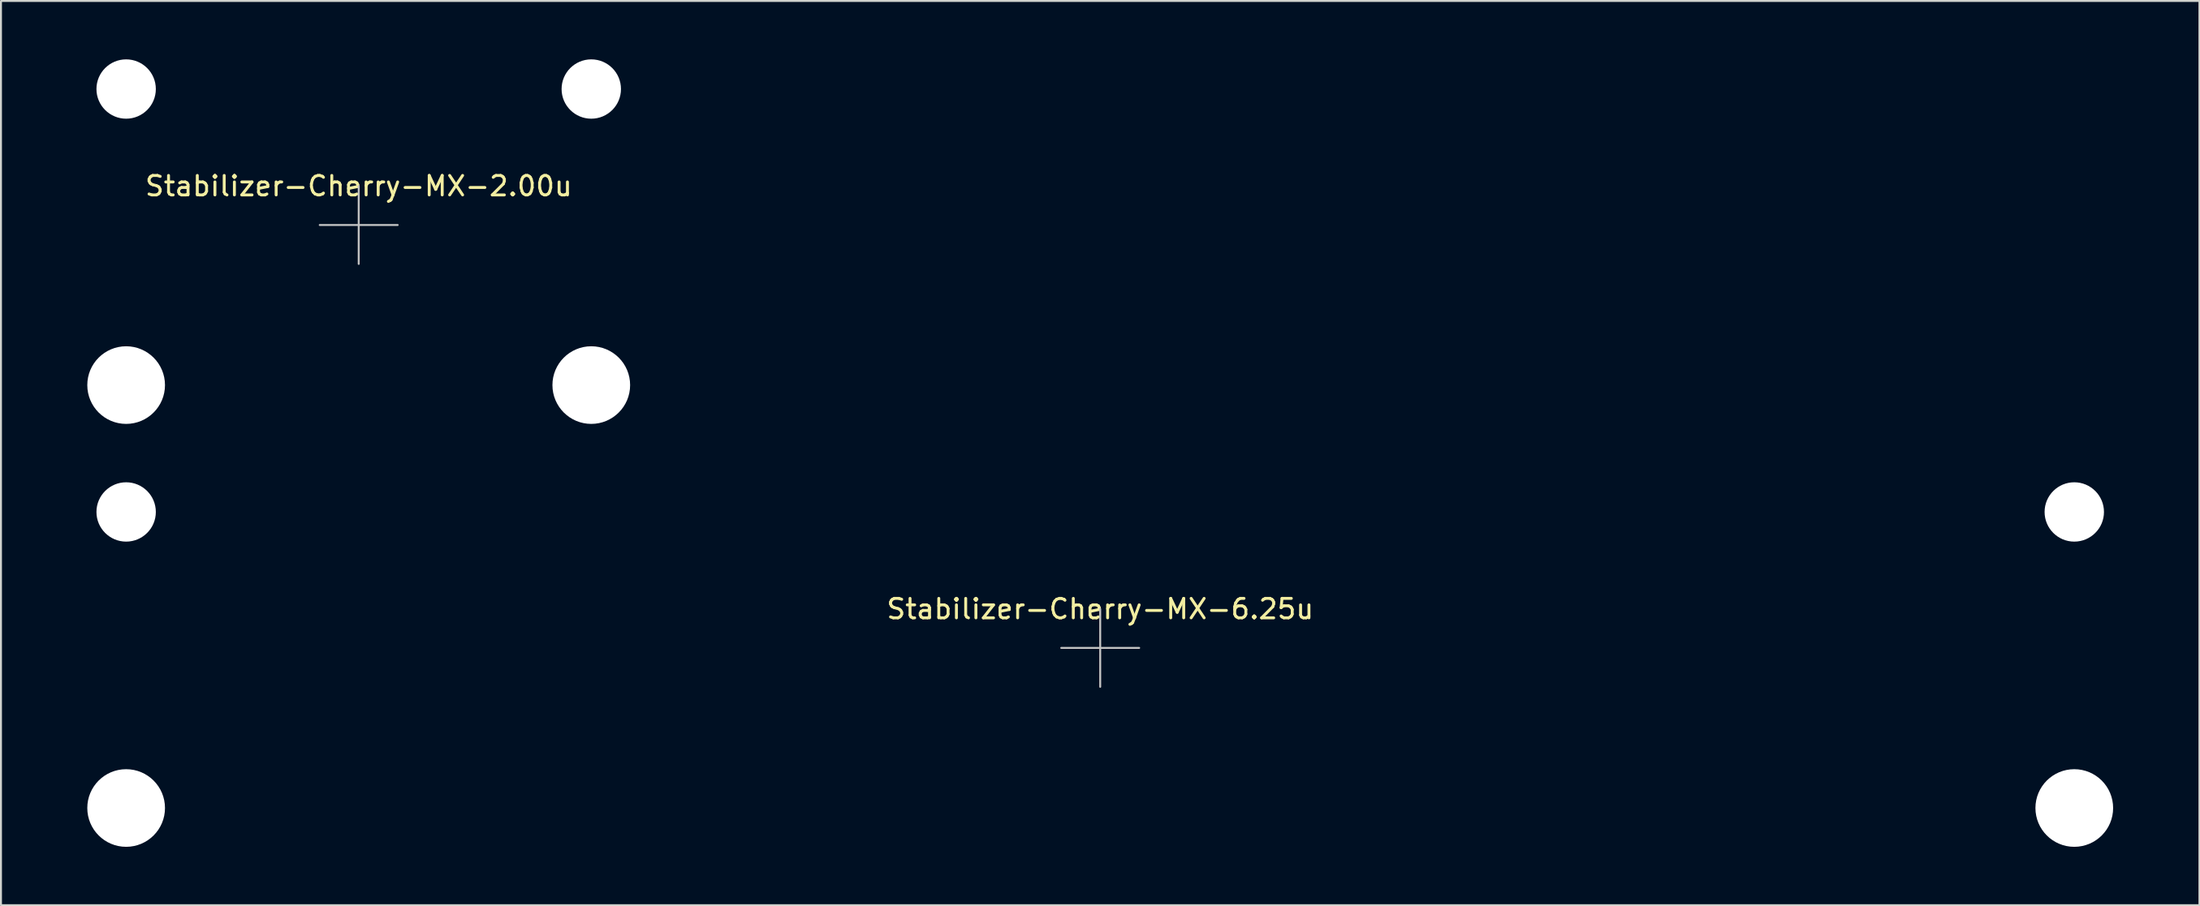
<source format=kicad_pcb>
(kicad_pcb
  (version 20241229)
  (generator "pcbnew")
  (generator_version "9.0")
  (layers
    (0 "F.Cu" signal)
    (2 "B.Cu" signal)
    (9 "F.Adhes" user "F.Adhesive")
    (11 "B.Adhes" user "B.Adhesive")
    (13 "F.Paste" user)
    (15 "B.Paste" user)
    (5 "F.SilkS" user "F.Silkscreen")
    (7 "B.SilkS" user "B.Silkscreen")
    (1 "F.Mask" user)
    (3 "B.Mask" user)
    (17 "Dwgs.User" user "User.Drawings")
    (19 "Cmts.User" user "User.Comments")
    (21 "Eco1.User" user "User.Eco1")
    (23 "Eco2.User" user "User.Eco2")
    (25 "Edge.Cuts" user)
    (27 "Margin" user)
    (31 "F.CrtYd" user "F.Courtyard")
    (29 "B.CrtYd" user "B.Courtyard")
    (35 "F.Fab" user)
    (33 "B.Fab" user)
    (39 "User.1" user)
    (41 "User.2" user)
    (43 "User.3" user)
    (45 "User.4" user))
  (footprint "Stabilizer-Cherry-MX-2.00u"
    (layer "F.Cu")
    (at 15.363 8.509)
    (property "Reference" "Stabilizer-Cherry-MX-2.00u" (at 0 -2 0) (layer "F.SilkS") (effects (font (size 1 1) (thickness 0.15))))
    (attr exclude_from_pos_files exclude_from_bom)
    (fp_line (start -2 0) (end 2 0) (stroke (width 0.1) (type solid)) (layer "Dwgs.User"))
    (fp_line (start 0 2) (end 0 -2) (stroke (width 0.1) (type solid)) (layer "Dwgs.User"))
    (fp_line (start -15.313 -5.53) (end -15.313 6.77) (stroke (width 0.1) (type solid)) (layer "Eco1.User"))
    (fp_line (start -15.313 6.77) (end -8.563 6.77) (stroke (width 0.1) (type solid)) (layer "Eco1.User"))
    (fp_line (start -8.563 -5.53) (end -15.313 -5.53) (stroke (width 0.1) (type solid)) (layer "Eco1.User"))
    (fp_line (start -8.563 6.77) (end -8.563 -5.53) (stroke (width 0.1) (type solid)) (layer "Eco1.User"))
    (fp_line (start 8.563 -5.53) (end 8.563 6.77) (stroke (width 0.1) (type solid)) (layer "Eco1.User"))
    (fp_line (start 8.563 6.77) (end 15.313 6.77) (stroke (width 0.1) (type solid)) (layer "Eco1.User"))
    (fp_line (start 15.313 -5.53) (end 8.563 -5.53) (stroke (width 0.1) (type solid)) (layer "Eco1.User"))
    (fp_line (start 15.313 6.77) (end 15.313 -5.53) (stroke (width 0.1) (type solid)) (layer "Eco1.User"))
    (pad "" np_thru_hole circle (at -11.938 -6.985) (size 3.048 3.048) (drill 3.048) (layers "*.Cu" "*.Mask"))
    (pad "" np_thru_hole circle (at -11.938 8.225) (size 3.988 3.988) (drill 3.988) (layers "*.Cu" "*.Mask"))
    (pad "" np_thru_hole circle (at 11.938 -6.985) (size 3.048 3.048) (drill 3.048) (layers "*.Cu" "*.Mask"))
    (pad "" np_thru_hole circle (at 11.938 8.225) (size 3.988 3.988) (drill 3.988) (layers "*.Cu" "*.Mask")))
  (footprint "Stabilizer-Cherry-MX-6.25u"
    (layer "F.Cu")
    (at 53.425 30.237)
    (property "Reference" "Stabilizer-Cherry-MX-6.25u" (at 0 -2 0) (layer "F.SilkS") (effects (font (size 1 1) (thickness 0.15))))
    (attr exclude_from_pos_files exclude_from_bom)
    (fp_line (start -2 0) (end 2 0) (stroke (width 0.1) (type solid)) (layer "Dwgs.User"))
    (fp_line (start 0 2) (end 0 -2) (stroke (width 0.1) (type solid)) (layer "Dwgs.User"))
    (fp_line (start -53.375 -5.53) (end -53.375 6.77) (stroke (width 0.1) (type solid)) (layer "Eco1.User"))
    (fp_line (start -53.375 6.77) (end -46.625 6.77) (stroke (width 0.1) (type solid)) (layer "Eco1.User"))
    (fp_line (start -46.625 -5.53) (end -53.375 -5.53) (stroke (width 0.1) (type solid)) (layer "Eco1.User"))
    (fp_line (start -46.625 6.77) (end -46.625 -5.53) (stroke (width 0.1) (type solid)) (layer "Eco1.User"))
    (fp_line (start 46.625 -5.53) (end 46.625 6.77) (stroke (width 0.1) (type solid)) (layer "Eco1.User"))
    (fp_line (start 46.625 6.77) (end 53.375 6.77) (stroke (width 0.1) (type solid)) (layer "Eco1.User"))
    (fp_line (start 53.375 -5.53) (end 46.625 -5.53) (stroke (width 0.1) (type solid)) (layer "Eco1.User"))
    (fp_line (start 53.375 6.77) (end 53.375 -5.53) (stroke (width 0.1) (type solid)) (layer "Eco1.User"))
    (pad "" np_thru_hole circle (at -50 -6.985) (size 3.048 3.048) (drill 3.048) (layers "*.Cu" "*.Mask"))
    (pad "" np_thru_hole circle (at -50 8.225) (size 3.988 3.988) (drill 3.988) (layers "*.Cu" "*.Mask"))
    (pad "" np_thru_hole circle (at 50 -6.985) (size 3.048 3.048) (drill 3.048) (layers "*.Cu" "*.Mask"))
    (pad "" np_thru_hole circle (at 50 8.225) (size 3.988 3.988) (drill 3.988) (layers "*.Cu" "*.Mask")))
  (gr_rect
    (start -3 -3)
    (end 109.85 43.456)
    (stroke (width 0.1) (type default))
    (fill no)
    (layer "Edge.Cuts")))
</source>
